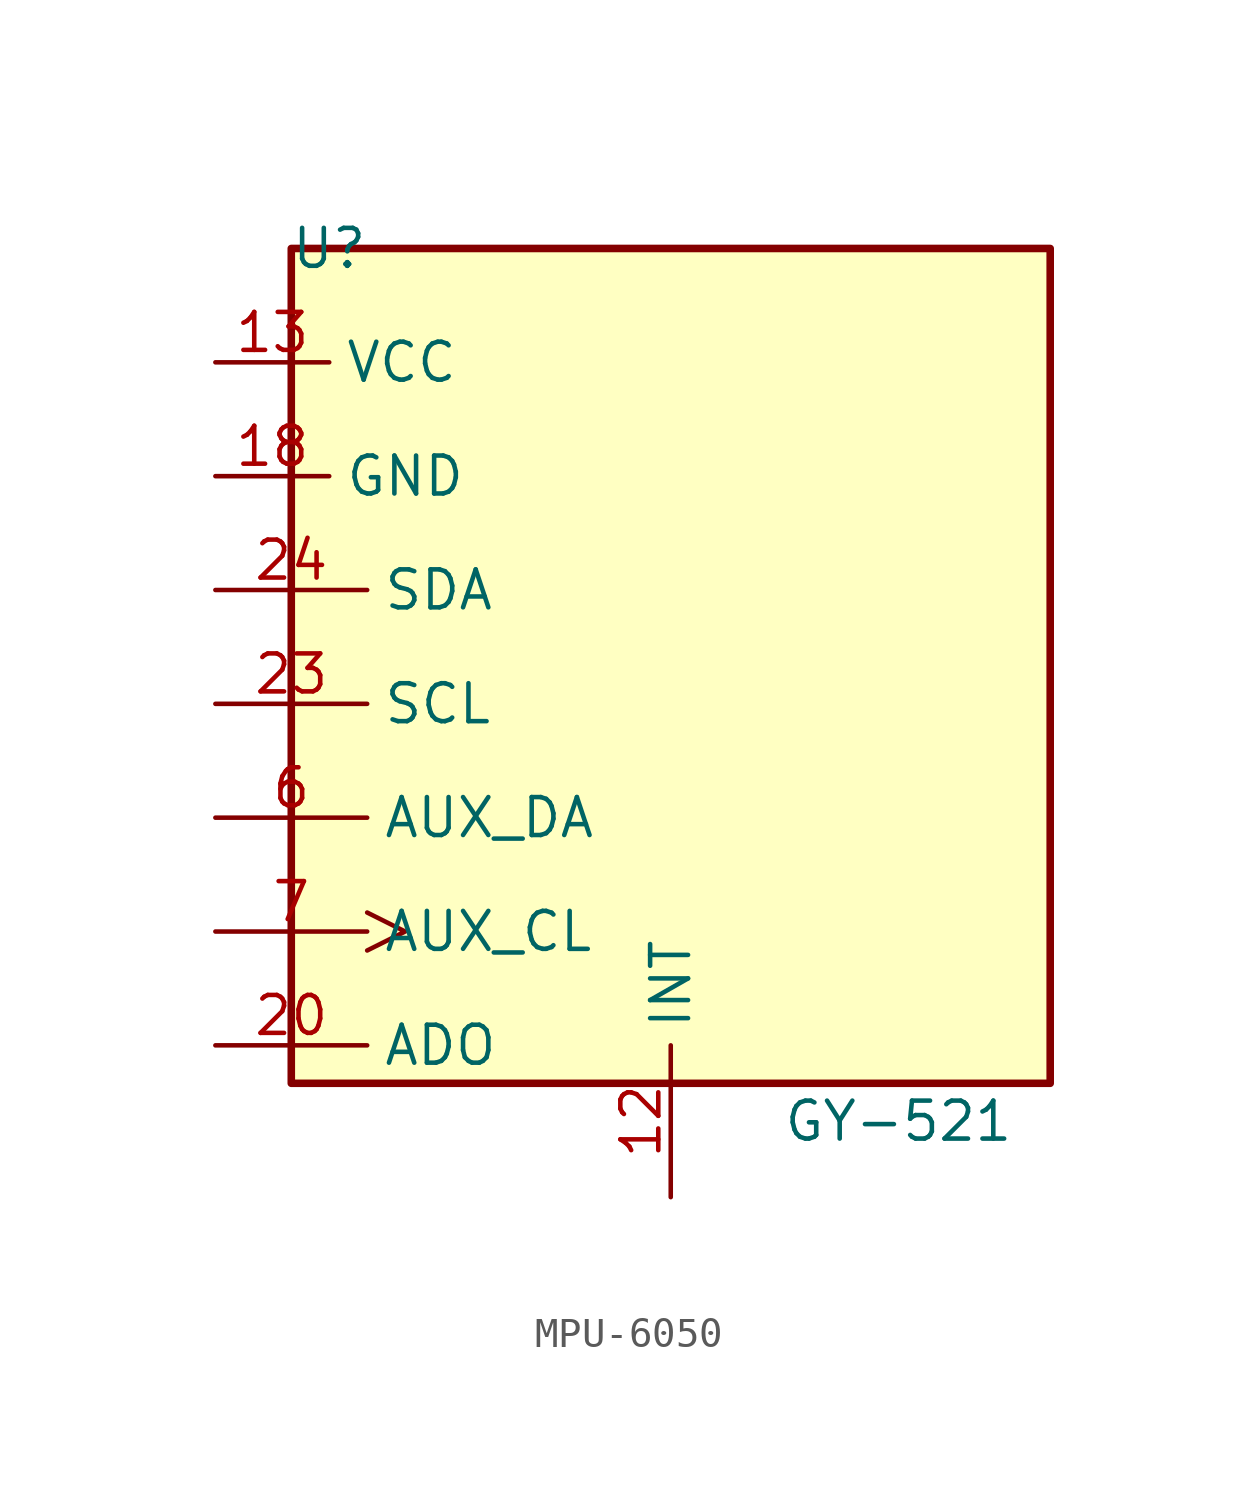
<source format=kicad_sym>
(kicad_symbol_lib
  (version 20241209)
  (generator "kicad_symbol_editor")
  (generator_version "9.0")
  (symbol "MPU-6050"
    (property "Reference" "U"
      (at -11.43 13.97 0)
      (effects (font (size 1.27 1.27))))
    (property "Value" "GY-521"
      (at 7.62 -15.24 0)
      (effects (font (size 1.27 1.27))))
    (symbol "MPU-6050_0_1"
      (rectangle (start -12.7 13.97) (end 12.7 -13.97) (stroke (width 0.254) (type default)) (fill (type background))))
    (symbol "MPU-6050_1_1"
      (pin power_in line (at -15.24 10.16 0) (length 3.81) (name "VCC" (effects (font (size 1.27 1.27)))) (number "13" (effects (font (size 1.27 1.27)))))
      (pin power_in line (at -15.24 6.35 0) (length 3.81) (name "GND" (effects (font (size 1.27 1.27)))) (number "18" (effects (font (size 1.27 1.27)))))
      (pin bidirectional line (at -15.24 2.54 0) (length 5.08) (name "SDA" (effects (font (size 1.27 1.27)))) (number "24" (effects (font (size 1.27 1.27)))))
      (pin input line (at -15.24 -1.27 0) (length 5.08) (name "SCL" (effects (font (size 1.27 1.27)))) (number "23" (effects (font (size 1.27 1.27)))))
      (pin bidirectional line (at -15.24 -5.08 0) (length 5.08) (name "AUX_DA" (effects (font (size 1.27 1.27)))) (number "6" (effects (font (size 1.27 1.27)))))
      (pin output clock (at -15.24 -8.89 0) (length 5.08) (name "AUX_CL" (effects (font (size 1.27 1.27)))) (number "7" (effects (font (size 1.27 1.27)))))
      (pin passive line (at -15.24 -12.7 0) (length 5.08) (name "ADO" (effects (font (size 1.27 1.27)))) (number "20" (effects (font (size 1.27 1.27)))))
      (pin no_connect line (at -12.7 12.7 0) (length 2.54) (hide yes) (name "NC" (effects (font (size 1.27 1.27)))) (number "2" (effects (font (size 1.27 1.27)))))
      (pin no_connect line (at -12.7 7.62 0) (length 2.54) (hide yes) (name "NC" (effects (font (size 1.27 1.27)))) (number "3" (effects (font (size 1.27 1.27)))))
      (pin no_connect line (at -12.7 0 0) (length 2.54) (hide yes) (name "NC" (effects (font (size 1.27 1.27)))) (number "4" (effects (font (size 1.27 1.27)))))
      (pin no_connect line (at -12.7 -2.54 0) (length 2.54) (hide yes) (name "NC" (effects (font (size 1.27 1.27)))) (number "5" (effects (font (size 1.27 1.27)))))
      (pin no_connect line (at -12.7 -10.16 0) (length 2.54) (hide yes) (name "NC" (effects (font (size 1.27 1.27)))) (number "14" (effects (font (size 1.27 1.27)))))
      (pin output line (at 0 -17.78 90) (length 5.08) (name "INT" (effects (font (size 1.27 1.27)))) (number "12" (effects (font (size 1.27 1.27)))))
      (pin no_connect line (at 12.7 12.7 180) (length 2.54) (hide yes) (name "NC" (effects (font (size 1.27 1.27)))) (number "15" (effects (font (size 1.27 1.27)))))
      (pin no_connect line (at 12.7 10.16 180) (length 2.54) (hide yes) (name "NC" (effects (font (size 1.27 1.27)))) (number "16" (effects (font (size 1.27 1.27)))))
      (pin no_connect line (at 12.7 5.08 180) (length 2.54) (hide yes) (name "NC" (effects (font (size 1.27 1.27)))) (number "17" (effects (font (size 1.27 1.27)))))
      (pin no_connect line (at 12.7 -2.54 180) (length 2.54) (hide yes) (name "RESV" (effects (font (size 1.27 1.27)))) (number "21" (effects (font (size 1.27 1.27)))))
      (pin no_connect line (at 12.7 -10.16 180) (length 2.54) (hide yes) (name "RESV" (effects (font (size 1.27 1.27)))) (number "19" (effects (font (size 1.27 1.27)))))
      (pin no_connect line (at 12.7 -12.7 180) (length 2.54) (hide yes) (name "RESV" (effects (font (size 1.27 1.27)))) (number "22" (effects (font (size 1.27 1.27))))))))
</source>
